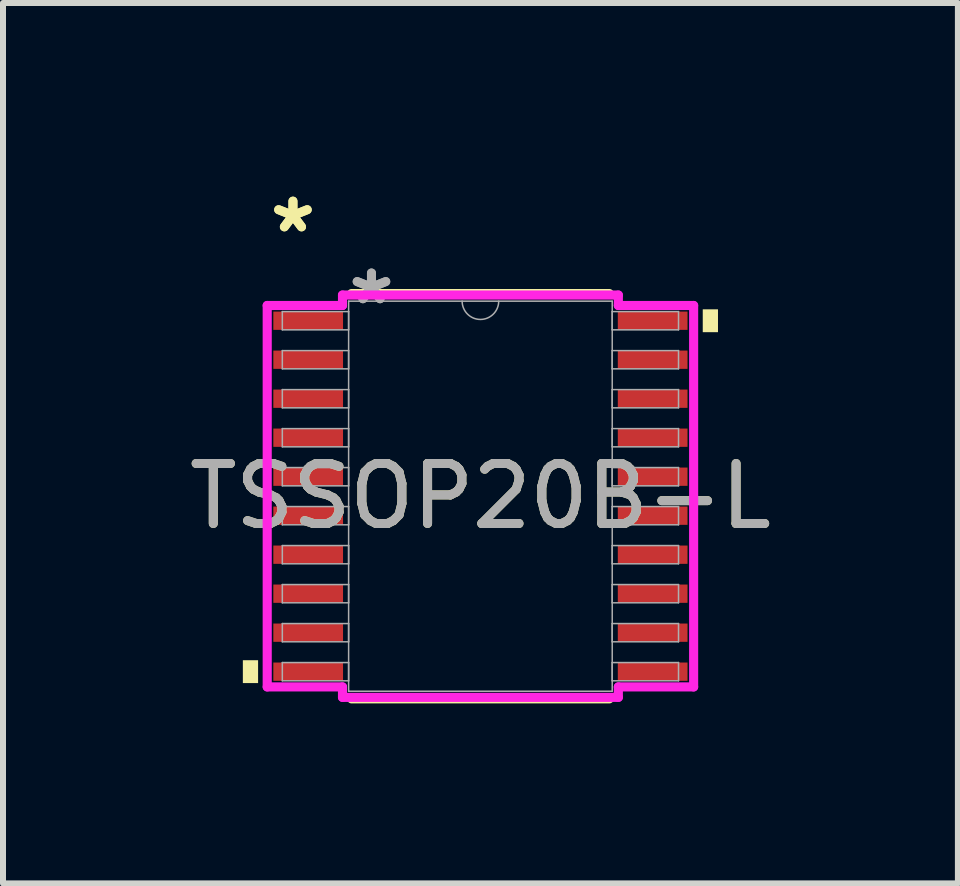
<source format=kicad_pcb>
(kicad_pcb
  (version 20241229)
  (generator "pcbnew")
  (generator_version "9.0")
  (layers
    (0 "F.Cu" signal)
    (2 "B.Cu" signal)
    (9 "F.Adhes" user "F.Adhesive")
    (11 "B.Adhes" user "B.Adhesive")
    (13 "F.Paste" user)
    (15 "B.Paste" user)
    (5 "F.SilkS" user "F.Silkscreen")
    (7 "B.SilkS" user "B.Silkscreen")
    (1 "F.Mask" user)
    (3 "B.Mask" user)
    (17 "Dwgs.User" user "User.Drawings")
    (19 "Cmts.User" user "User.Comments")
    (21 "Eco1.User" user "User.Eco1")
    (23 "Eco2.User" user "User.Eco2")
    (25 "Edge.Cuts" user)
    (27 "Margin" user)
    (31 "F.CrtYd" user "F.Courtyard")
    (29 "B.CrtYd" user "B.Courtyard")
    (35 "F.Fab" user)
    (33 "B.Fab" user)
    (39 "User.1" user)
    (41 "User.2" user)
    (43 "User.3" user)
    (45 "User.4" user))
  (footprint "TSSOP20B-L"
    (layer "F.Cu")
    (at 4.958 5.221)
    (property "Reference" "TSSOP20B-L" (at 0 0 0) (unlocked yes) (layer "F.SilkS") (effects (font (size 1 1) (thickness 0.15))))
    (attr smd)
    (fp_line (start -2.148 3.378) (end 2.148 3.378) (stroke (width 0.152) (type solid)) (layer "F.SilkS"))
    (fp_line (start 2.148 -3.378) (end -2.148 -3.378) (stroke (width 0.152) (type solid)) (layer "F.SilkS"))
    (fp_poly (pts (xy -3.96 2.734) (xy -3.96 3.115) (xy -3.706 3.115) (xy -3.706 2.734)) (stroke (width 0) (type solid)) (fill yes) (layer "F.SilkS"))
    (fp_poly (pts (xy 3.96 -3.115) (xy 3.96 -2.734) (xy 3.706 -2.734) (xy 3.706 -3.115)) (stroke (width 0) (type solid)) (fill yes) (layer "F.SilkS"))
    (fp_line (start -3.554 -3.179) (end -2.299 -3.179) (stroke (width 0.152) (type solid)) (layer "F.CrtYd"))
    (fp_line (start -3.554 3.179) (end -3.554 -3.179) (stroke (width 0.152) (type solid)) (layer "F.CrtYd"))
    (fp_line (start -3.554 3.179) (end -2.299 3.179) (stroke (width 0.152) (type solid)) (layer "F.CrtYd"))
    (fp_line (start -2.299 -3.353) (end 2.299 -3.353) (stroke (width 0.152) (type solid)) (layer "F.CrtYd"))
    (fp_line (start -2.299 -3.179) (end -2.299 -3.353) (stroke (width 0.152) (type solid)) (layer "F.CrtYd"))
    (fp_line (start -2.299 3.353) (end -2.299 3.179) (stroke (width 0.152) (type solid)) (layer "F.CrtYd"))
    (fp_line (start 2.299 -3.353) (end 2.299 -3.179) (stroke (width 0.152) (type solid)) (layer "F.CrtYd"))
    (fp_line (start 2.299 3.179) (end 2.299 3.353) (stroke (width 0.152) (type solid)) (layer "F.CrtYd"))
    (fp_line (start 2.299 3.353) (end -2.299 3.353) (stroke (width 0.152) (type solid)) (layer "F.CrtYd"))
    (fp_line (start 3.554 -3.179) (end 2.299 -3.179) (stroke (width 0.152) (type solid)) (layer "F.CrtYd"))
    (fp_line (start 3.554 -3.179) (end 3.554 3.179) (stroke (width 0.152) (type solid)) (layer "F.CrtYd"))
    (fp_line (start 3.554 3.179) (end 2.299 3.179) (stroke (width 0.152) (type solid)) (layer "F.CrtYd"))
    (fp_line (start -3.302 -3.077) (end -3.302 -2.773) (stroke (width 0.025) (type solid)) (layer "F.Fab"))
    (fp_line (start -3.302 -2.773) (end -2.197 -2.773) (stroke (width 0.025) (type solid)) (layer "F.Fab"))
    (fp_line (start -3.302 -2.427) (end -3.302 -2.123) (stroke (width 0.025) (type solid)) (layer "F.Fab"))
    (fp_line (start -3.302 -2.123) (end -2.197 -2.123) (stroke (width 0.025) (type solid)) (layer "F.Fab"))
    (fp_line (start -3.302 -1.777) (end -3.302 -1.473) (stroke (width 0.025) (type solid)) (layer "F.Fab"))
    (fp_line (start -3.302 -1.473) (end -2.197 -1.473) (stroke (width 0.025) (type solid)) (layer "F.Fab"))
    (fp_line (start -3.302 -1.127) (end -3.302 -0.823) (stroke (width 0.025) (type solid)) (layer "F.Fab"))
    (fp_line (start -3.302 -0.823) (end -2.197 -0.823) (stroke (width 0.025) (type solid)) (layer "F.Fab"))
    (fp_line (start -3.302 -0.477) (end -3.302 -0.173) (stroke (width 0.025) (type solid)) (layer "F.Fab"))
    (fp_line (start -3.302 -0.173) (end -2.197 -0.173) (stroke (width 0.025) (type solid)) (layer "F.Fab"))
    (fp_line (start -3.302 0.173) (end -3.302 0.477) (stroke (width 0.025) (type solid)) (layer "F.Fab"))
    (fp_line (start -3.302 0.477) (end -2.197 0.477) (stroke (width 0.025) (type solid)) (layer "F.Fab"))
    (fp_line (start -3.302 0.823) (end -3.302 1.127) (stroke (width 0.025) (type solid)) (layer "F.Fab"))
    (fp_line (start -3.302 1.127) (end -2.197 1.127) (stroke (width 0.025) (type solid)) (layer "F.Fab"))
    (fp_line (start -3.302 1.473) (end -3.302 1.777) (stroke (width 0.025) (type solid)) (layer "F.Fab"))
    (fp_line (start -3.302 1.777) (end -2.197 1.777) (stroke (width 0.025) (type solid)) (layer "F.Fab"))
    (fp_line (start -3.302 2.123) (end -3.302 2.427) (stroke (width 0.025) (type solid)) (layer "F.Fab"))
    (fp_line (start -3.302 2.427) (end -2.197 2.427) (stroke (width 0.025) (type solid)) (layer "F.Fab"))
    (fp_line (start -3.302 2.773) (end -3.302 3.077) (stroke (width 0.025) (type solid)) (layer "F.Fab"))
    (fp_line (start -3.302 3.077) (end -2.197 3.077) (stroke (width 0.025) (type solid)) (layer "F.Fab"))
    (fp_line (start -2.197 -3.251) (end -2.197 3.251) (stroke (width 0.025) (type solid)) (layer "F.Fab"))
    (fp_line (start -2.197 -3.077) (end -3.302 -3.077) (stroke (width 0.025) (type solid)) (layer "F.Fab"))
    (fp_line (start -2.197 -2.773) (end -2.197 -3.077) (stroke (width 0.025) (type solid)) (layer "F.Fab"))
    (fp_line (start -2.197 -2.427) (end -3.302 -2.427) (stroke (width 0.025) (type solid)) (layer "F.Fab"))
    (fp_line (start -2.197 -2.123) (end -2.197 -2.427) (stroke (width 0.025) (type solid)) (layer "F.Fab"))
    (fp_line (start -2.197 -1.777) (end -3.302 -1.777) (stroke (width 0.025) (type solid)) (layer "F.Fab"))
    (fp_line (start -2.197 -1.473) (end -2.197 -1.777) (stroke (width 0.025) (type solid)) (layer "F.Fab"))
    (fp_line (start -2.197 -1.127) (end -3.302 -1.127) (stroke (width 0.025) (type solid)) (layer "F.Fab"))
    (fp_line (start -2.197 -0.823) (end -2.197 -1.127) (stroke (width 0.025) (type solid)) (layer "F.Fab"))
    (fp_line (start -2.197 -0.477) (end -3.302 -0.477) (stroke (width 0.025) (type solid)) (layer "F.Fab"))
    (fp_line (start -2.197 -0.173) (end -2.197 -0.477) (stroke (width 0.025) (type solid)) (layer "F.Fab"))
    (fp_line (start -2.197 0.173) (end -3.302 0.173) (stroke (width 0.025) (type solid)) (layer "F.Fab"))
    (fp_line (start -2.197 0.477) (end -2.197 0.173) (stroke (width 0.025) (type solid)) (layer "F.Fab"))
    (fp_line (start -2.197 0.823) (end -3.302 0.823) (stroke (width 0.025) (type solid)) (layer "F.Fab"))
    (fp_line (start -2.197 1.127) (end -2.197 0.823) (stroke (width 0.025) (type solid)) (layer "F.Fab"))
    (fp_line (start -2.197 1.473) (end -3.302 1.473) (stroke (width 0.025) (type solid)) (layer "F.Fab"))
    (fp_line (start -2.197 1.777) (end -2.197 1.473) (stroke (width 0.025) (type solid)) (layer "F.Fab"))
    (fp_line (start -2.197 2.123) (end -3.302 2.123) (stroke (width 0.025) (type solid)) (layer "F.Fab"))
    (fp_line (start -2.197 2.427) (end -2.197 2.123) (stroke (width 0.025) (type solid)) (layer "F.Fab"))
    (fp_line (start -2.197 2.773) (end -3.302 2.773) (stroke (width 0.025) (type solid)) (layer "F.Fab"))
    (fp_line (start -2.197 3.077) (end -2.197 2.773) (stroke (width 0.025) (type solid)) (layer "F.Fab"))
    (fp_line (start -2.197 3.251) (end 2.197 3.251) (stroke (width 0.025) (type solid)) (layer "F.Fab"))
    (fp_line (start 2.197 -3.251) (end -2.197 -3.251) (stroke (width 0.025) (type solid)) (layer "F.Fab"))
    (fp_line (start 2.197 -3.077) (end 2.197 -2.773) (stroke (width 0.025) (type solid)) (layer "F.Fab"))
    (fp_line (start 2.197 -2.773) (end 3.302 -2.773) (stroke (width 0.025) (type solid)) (layer "F.Fab"))
    (fp_line (start 2.197 -2.427) (end 2.197 -2.123) (stroke (width 0.025) (type solid)) (layer "F.Fab"))
    (fp_line (start 2.197 -2.123) (end 3.302 -2.123) (stroke (width 0.025) (type solid)) (layer "F.Fab"))
    (fp_line (start 2.197 -1.777) (end 2.197 -1.473) (stroke (width 0.025) (type solid)) (layer "F.Fab"))
    (fp_line (start 2.197 -1.473) (end 3.302 -1.473) (stroke (width 0.025) (type solid)) (layer "F.Fab"))
    (fp_line (start 2.197 -1.127) (end 2.197 -0.823) (stroke (width 0.025) (type solid)) (layer "F.Fab"))
    (fp_line (start 2.197 -0.823) (end 3.302 -0.823) (stroke (width 0.025) (type solid)) (layer "F.Fab"))
    (fp_line (start 2.197 -0.477) (end 2.197 -0.173) (stroke (width 0.025) (type solid)) (layer "F.Fab"))
    (fp_line (start 2.197 -0.173) (end 3.302 -0.173) (stroke (width 0.025) (type solid)) (layer "F.Fab"))
    (fp_line (start 2.197 0.173) (end 2.197 0.477) (stroke (width 0.025) (type solid)) (layer "F.Fab"))
    (fp_line (start 2.197 0.477) (end 3.302 0.477) (stroke (width 0.025) (type solid)) (layer "F.Fab"))
    (fp_line (start 2.197 0.823) (end 2.197 1.127) (stroke (width 0.025) (type solid)) (layer "F.Fab"))
    (fp_line (start 2.197 1.127) (end 3.302 1.127) (stroke (width 0.025) (type solid)) (layer "F.Fab"))
    (fp_line (start 2.197 1.473) (end 2.197 1.777) (stroke (width 0.025) (type solid)) (layer "F.Fab"))
    (fp_line (start 2.197 1.777) (end 3.302 1.777) (stroke (width 0.025) (type solid)) (layer "F.Fab"))
    (fp_line (start 2.197 2.123) (end 2.197 2.427) (stroke (width 0.025) (type solid)) (layer "F.Fab"))
    (fp_line (start 2.197 2.427) (end 3.302 2.427) (stroke (width 0.025) (type solid)) (layer "F.Fab"))
    (fp_line (start 2.197 2.773) (end 2.197 3.077) (stroke (width 0.025) (type solid)) (layer "F.Fab"))
    (fp_line (start 2.197 3.077) (end 3.302 3.077) (stroke (width 0.025) (type solid)) (layer "F.Fab"))
    (fp_line (start 2.197 3.251) (end 2.197 -3.251) (stroke (width 0.025) (type solid)) (layer "F.Fab"))
    (fp_line (start 3.302 -3.077) (end 2.197 -3.077) (stroke (width 0.025) (type solid)) (layer "F.Fab"))
    (fp_line (start 3.302 -2.773) (end 3.302 -3.077) (stroke (width 0.025) (type solid)) (layer "F.Fab"))
    (fp_line (start 3.302 -2.427) (end 2.197 -2.427) (stroke (width 0.025) (type solid)) (layer "F.Fab"))
    (fp_line (start 3.302 -2.123) (end 3.302 -2.427) (stroke (width 0.025) (type solid)) (layer "F.Fab"))
    (fp_line (start 3.302 -1.777) (end 2.197 -1.777) (stroke (width 0.025) (type solid)) (layer "F.Fab"))
    (fp_line (start 3.302 -1.473) (end 3.302 -1.777) (stroke (width 0.025) (type solid)) (layer "F.Fab"))
    (fp_line (start 3.302 -1.127) (end 2.197 -1.127) (stroke (width 0.025) (type solid)) (layer "F.Fab"))
    (fp_line (start 3.302 -0.823) (end 3.302 -1.127) (stroke (width 0.025) (type solid)) (layer "F.Fab"))
    (fp_line (start 3.302 -0.477) (end 2.197 -0.477) (stroke (width 0.025) (type solid)) (layer "F.Fab"))
    (fp_line (start 3.302 -0.173) (end 3.302 -0.477) (stroke (width 0.025) (type solid)) (layer "F.Fab"))
    (fp_line (start 3.302 0.173) (end 2.197 0.173) (stroke (width 0.025) (type solid)) (layer "F.Fab"))
    (fp_line (start 3.302 0.477) (end 3.302 0.173) (stroke (width 0.025) (type solid)) (layer "F.Fab"))
    (fp_line (start 3.302 0.823) (end 2.197 0.823) (stroke (width 0.025) (type solid)) (layer "F.Fab"))
    (fp_line (start 3.302 1.127) (end 3.302 0.823) (stroke (width 0.025) (type solid)) (layer "F.Fab"))
    (fp_line (start 3.302 1.473) (end 2.197 1.473) (stroke (width 0.025) (type solid)) (layer "F.Fab"))
    (fp_line (start 3.302 1.777) (end 3.302 1.473) (stroke (width 0.025) (type solid)) (layer "F.Fab"))
    (fp_line (start 3.302 2.123) (end 2.197 2.123) (stroke (width 0.025) (type solid)) (layer "F.Fab"))
    (fp_line (start 3.302 2.427) (end 3.302 2.123) (stroke (width 0.025) (type solid)) (layer "F.Fab"))
    (fp_line (start 3.302 2.773) (end 2.197 2.773) (stroke (width 0.025) (type solid)) (layer "F.Fab"))
    (fp_line (start 3.302 3.077) (end 3.302 2.773) (stroke (width 0.025) (type solid)) (layer "F.Fab"))
    (fp_arc (start 0.3048 -3.2512) (mid 0 -2.9464) (end -0.3048 -3.2512) (stroke (width 0.0254) (type solid)) (layer "F.Fab"))
    (fp_text user "*" (at -3.125 -4.373 0) (layer "F.SilkS") (effects (font (size 1 1) (thickness 0.15))))
    (fp_text user "*" (at -3.125 -4.373 0) (unlocked yes) (layer "F.SilkS") (effects (font (size 1 1) (thickness 0.15))))
    (fp_text user "*" (at -1.816 -3.175 0) (layer "F.Fab") (effects (font (size 1 1) (thickness 0.15))))
    (fp_text user "*" (at -1.816 -3.175 0) (unlocked yes) (layer "F.Fab") (effects (font (size 1 1) (thickness 0.15))))
    (fp_text user "${REFERENCE}" (at 0 0 0) (unlocked yes) (layer "F.Fab") (effects (font (size 1 1) (thickness 0.15))))
    (pad "1" smd rect (at -2.871 -2.925) (size 1.162 0.305) (layers "F.Cu" "F.Mask" "F.Paste"))
    (pad "2" smd rect (at -2.871 -2.275) (size 1.162 0.305) (layers "F.Cu" "F.Mask" "F.Paste"))
    (pad "3" smd rect (at -2.871 -1.625) (size 1.162 0.305) (layers "F.Cu" "F.Mask" "F.Paste"))
    (pad "4" smd rect (at -2.871 -0.975) (size 1.162 0.305) (layers "F.Cu" "F.Mask" "F.Paste"))
    (pad "5" smd rect (at -2.871 -0.325) (size 1.162 0.305) (layers "F.Cu" "F.Mask" "F.Paste"))
    (pad "6" smd rect (at -2.871 0.325) (size 1.162 0.305) (layers "F.Cu" "F.Mask" "F.Paste"))
    (pad "7" smd rect (at -2.871 0.975) (size 1.162 0.305) (layers "F.Cu" "F.Mask" "F.Paste"))
    (pad "8" smd rect (at -2.871 1.625) (size 1.162 0.305) (layers "F.Cu" "F.Mask" "F.Paste"))
    (pad "9" smd rect (at -2.871 2.275) (size 1.162 0.305) (layers "F.Cu" "F.Mask" "F.Paste"))
    (pad "10" smd rect (at -2.871 2.925) (size 1.162 0.305) (layers "F.Cu" "F.Mask" "F.Paste"))
    (pad "11" smd rect (at 2.871 2.925) (size 1.162 0.305) (layers "F.Cu" "F.Mask" "F.Paste"))
    (pad "12" smd rect (at 2.871 2.275) (size 1.162 0.305) (layers "F.Cu" "F.Mask" "F.Paste"))
    (pad "13" smd rect (at 2.871 1.625) (size 1.162 0.305) (layers "F.Cu" "F.Mask" "F.Paste"))
    (pad "14" smd rect (at 2.871 0.975) (size 1.162 0.305) (layers "F.Cu" "F.Mask" "F.Paste"))
    (pad "15" smd rect (at 2.871 0.325) (size 1.162 0.305) (layers "F.Cu" "F.Mask" "F.Paste"))
    (pad "16" smd rect (at 2.871 -0.325) (size 1.162 0.305) (layers "F.Cu" "F.Mask" "F.Paste"))
    (pad "17" smd rect (at 2.871 -0.975) (size 1.162 0.305) (layers "F.Cu" "F.Mask" "F.Paste"))
    (pad "18" smd rect (at 2.871 -1.625) (size 1.162 0.305) (layers "F.Cu" "F.Mask" "F.Paste"))
    (pad "19" smd rect (at 2.871 -2.275) (size 1.162 0.305) (layers "F.Cu" "F.Mask" "F.Paste"))
    (pad "20" smd rect (at 2.871 -2.925) (size 1.162 0.305) (layers "F.Cu" "F.Mask" "F.Paste")))
  (gr_rect
    (start -3 -3)
    (end 12.917 11.675)
    (stroke (width 0.1) (type default))
    (fill no)
    (layer "Edge.Cuts")))
</source>
